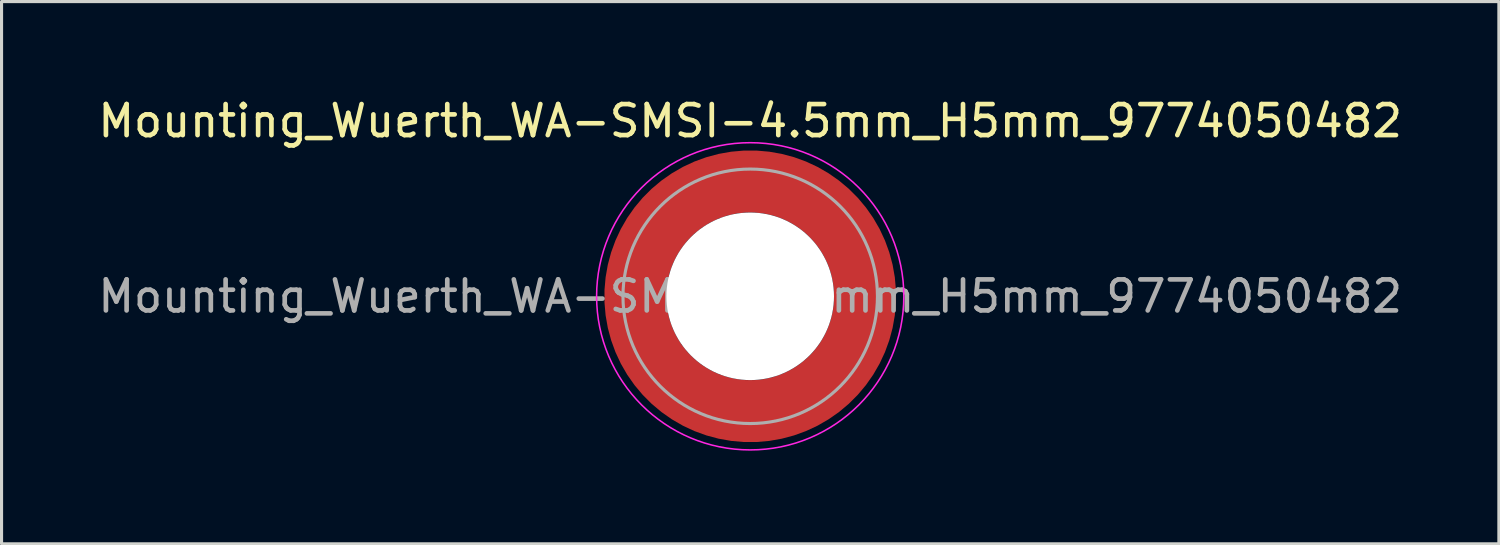
<source format=kicad_pcb>
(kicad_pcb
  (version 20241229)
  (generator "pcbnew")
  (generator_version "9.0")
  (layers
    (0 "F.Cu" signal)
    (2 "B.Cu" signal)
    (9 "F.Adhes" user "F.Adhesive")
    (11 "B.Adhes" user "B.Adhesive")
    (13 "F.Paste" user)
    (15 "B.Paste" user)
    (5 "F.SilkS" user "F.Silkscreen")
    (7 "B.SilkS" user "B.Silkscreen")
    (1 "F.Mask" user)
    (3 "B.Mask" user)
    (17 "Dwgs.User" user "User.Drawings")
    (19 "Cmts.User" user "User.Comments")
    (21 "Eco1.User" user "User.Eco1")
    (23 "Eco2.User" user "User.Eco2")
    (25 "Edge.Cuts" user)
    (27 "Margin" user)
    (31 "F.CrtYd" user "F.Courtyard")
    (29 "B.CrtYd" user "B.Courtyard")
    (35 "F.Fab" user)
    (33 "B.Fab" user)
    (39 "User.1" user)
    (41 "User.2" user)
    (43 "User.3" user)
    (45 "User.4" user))
  (footprint "Mounting_Wuerth_WA-SMSI-4.5mm_H5mm_9774050482"
    (layer "F.Cu")
    (at 21.125 6.498)
    (property "Reference" "Mounting_Wuerth_WA-SMSI-4.5mm_H5mm_9774050482" (at 0 -5.65 0) (layer "F.SilkS") (effects (font (size 1 1) (thickness 0.15))))
    (attr smd)
    (fp_circle (center 0 0) (end 4.95 0) (stroke (width 0.05) (type solid)) (fill no) (layer "F.CrtYd"))
    (fp_circle (center 0 0) (end 4.1 0) (stroke (width 0.1) (type solid)) (fill no) (layer "F.Fab"))
    (fp_text user "${REFERENCE}" (at 0 0 0) (layer "F.Fab") (effects (font (size 1 1) (thickness 0.15))))
    (pad "" smd custom (at -2.607 -2.607) (size 1.495 1.495) (layers "F.Paste") (options (anchor circle)) (primitives (gr_arc (start -0.188183 2.107456) (mid 0.599273 0.599273) (end 2.107456 -0.188183) (width 0.2)) (gr_arc (start -0.289416 2.107456) (mid 0.52877 0.52877) (end 2.107456 -0.289416) (width 0.2)) (gr_arc (start -0.390547 2.107456) (mid 0.458268 0.458268) (end 2.107456 -0.390547) (width 0.2)) (gr_arc (start -0.491585 2.107456) (mid 0.387765 0.387765) (end 2.107456 -0.491585) (width 0.2)) (gr_arc (start -0.59254 2.107456) (mid 0.317262 0.317262) (end 2.107456 -0.59254) (width 0.2)) (gr_arc (start -0.693419 2.107456) (mid 0.24676 0.24676) (end 2.107456 -0.693419) (width 0.2)) (gr_arc (start -0.794229 2.107456) (mid 0.176257 0.176257) (end 2.107456 -0.794229) (width 0.2)) (gr_arc (start -0.894975 2.107456) (mid 0.105754 0.105754) (end 2.107456 -0.894975) (width 0.2)) (gr_arc (start -0.995664 2.107456) (mid 0.035251 0.035251) (end 2.107456 -0.995664) (width 0.2)) (gr_arc (start -1.0963 2.107456) (mid -0.035252 -0.035252) (end 2.107456 -1.0963) (width 0.2)) (gr_arc (start -1.196886 2.107456) (mid -0.105754 -0.105754) (end 2.107456 -1.196886) (width 0.2)) (gr_arc (start -1.297427 2.107456) (mid -0.176257 -0.176257) (end 2.107456 -1.297427) (width 0.2)) (gr_arc (start -1.397927 2.107456) (mid -0.24676 -0.24676) (end 2.107456 -1.397927) (width 0.2)) (gr_arc (start -1.498388 2.107456) (mid -0.317262 -0.317262) (end 2.107456 -1.498388) (width 0.2)) (gr_arc (start -1.598813 2.107456) (mid -0.387765 -0.387765) (end 2.107456 -1.598813) (width 0.2)) (gr_arc (start -1.699204 2.107456) (mid -0.458267 -0.458267) (end 2.107456 -1.699204) (width 0.2)) (gr_arc (start -1.799565 2.107456) (mid -0.528771 -0.528771) (end 2.107456 -1.799565) (width 0.2)) (gr_arc (start -1.899896 2.107456) (mid -0.599273 -0.599273) (end 2.107456 -1.899896) (width 0.2)) (gr_arc (start -1.899896 2.107456) (mid -0.599273 -0.599273) (end 2.107456 -1.899896) (width 0.2)) (gr_line (start 2.107 -0.188) (end 2.107 -1.9) (width 0.2)) (gr_line (start -0.188 2.107) (end -1.9 2.107) (width 0.2))))
    (pad "" smd custom (at -2.607 2.607) (size 1.495 1.495) (layers "F.Paste") (options (anchor circle)) (primitives (gr_arc (start 2.107456 0.188183) (mid 0.599273 -0.599273) (end -0.188183 -2.107456) (width 0.2)) (gr_arc (start 2.107456 0.289416) (mid 0.52877 -0.52877) (end -0.289416 -2.107456) (width 0.2)) (gr_arc (start 2.107456 0.390547) (mid 0.458268 -0.458268) (end -0.390547 -2.107456) (width 0.2)) (gr_arc (start 2.107456 0.491585) (mid 0.387765 -0.387765) (end -0.491585 -2.107456) (width 0.2)) (gr_arc (start 2.107456 0.59254) (mid 0.317262 -0.317262) (end -0.59254 -2.107456) (width 0.2)) (gr_arc (start 2.107456 0.693419) (mid 0.24676 -0.24676) (end -0.693419 -2.107456) (width 0.2)) (gr_arc (start 2.107456 0.794229) (mid 0.176257 -0.176257) (end -0.794229 -2.107456) (width 0.2)) (gr_arc (start 2.107456 0.894975) (mid 0.105754 -0.105754) (end -0.894975 -2.107456) (width 0.2)) (gr_arc (start 2.107456 0.995664) (mid 0.035251 -0.035251) (end -0.995664 -2.107456) (width 0.2)) (gr_arc (start 2.107456 1.0963) (mid -0.035252 0.035252) (end -1.0963 -2.107456) (width 0.2)) (gr_arc (start 2.107456 1.196886) (mid -0.105754 0.105754) (end -1.196886 -2.107456) (width 0.2)) (gr_arc (start 2.107456 1.297427) (mid -0.176257 0.176257) (end -1.297427 -2.107456) (width 0.2)) (gr_arc (start 2.107456 1.397927) (mid -0.24676 0.24676) (end -1.397927 -2.107456) (width 0.2)) (gr_arc (start 2.107456 1.498388) (mid -0.317262 0.317262) (end -1.498388 -2.107456) (width 0.2)) (gr_arc (start 2.107456 1.598813) (mid -0.387765 0.387765) (end -1.598813 -2.107456) (width 0.2)) (gr_arc (start 2.107456 1.699204) (mid -0.458267 0.458267) (end -1.699204 -2.107456) (width 0.2)) (gr_arc (start 2.107456 1.799565) (mid -0.528771 0.528771) (end -1.799565 -2.107456) (width 0.2)) (gr_arc (start 2.107456 1.899896) (mid -0.599273 0.599273) (end -1.899896 -2.107456) (width 0.2)) (gr_arc (start 2.107456 1.899896) (mid -0.599273 0.599273) (end -1.899896 -2.107456) (width 0.2)) (gr_line (start -0.188 -2.107) (end -1.9 -2.107) (width 0.2)) (gr_line (start 2.107 0.188) (end 2.107 1.9) (width 0.2))))
    (pad "" np_thru_hole circle (at 0 0) (size 5.4 5.4) (drill 5.4) (layers "*.Cu" "*.Mask"))
    (pad "" smd custom (at 2.607 -2.607) (size 1.495 1.495) (layers "F.Paste") (options (anchor circle)) (primitives (gr_arc (start -2.107456 -0.188183) (mid -0.599273 0.599273) (end 0.188183 2.107456) (width 0.2)) (gr_arc (start -2.107456 -0.289416) (mid -0.52877 0.52877) (end 0.289416 2.107456) (width 0.2)) (gr_arc (start -2.107456 -0.390547) (mid -0.458268 0.458268) (end 0.390547 2.107456) (width 0.2)) (gr_arc (start -2.107456 -0.491585) (mid -0.387765 0.387765) (end 0.491585 2.107456) (width 0.2)) (gr_arc (start -2.107456 -0.59254) (mid -0.317262 0.317262) (end 0.59254 2.107456) (width 0.2)) (gr_arc (start -2.107456 -0.693419) (mid -0.24676 0.24676) (end 0.693419 2.107456) (width 0.2)) (gr_arc (start -2.107456 -0.794229) (mid -0.176257 0.176257) (end 0.794229 2.107456) (width 0.2)) (gr_arc (start -2.107456 -0.894975) (mid -0.105754 0.105754) (end 0.894975 2.107456) (width 0.2)) (gr_arc (start -2.107456 -0.995664) (mid -0.035251 0.035251) (end 0.995664 2.107456) (width 0.2)) (gr_arc (start -2.107456 -1.0963) (mid 0.035252 -0.035252) (end 1.0963 2.107456) (width 0.2)) (gr_arc (start -2.107456 -1.196886) (mid 0.105754 -0.105754) (end 1.196886 2.107456) (width 0.2)) (gr_arc (start -2.107456 -1.297427) (mid 0.176257 -0.176257) (end 1.297427 2.107456) (width 0.2)) (gr_arc (start -2.107456 -1.397927) (mid 0.24676 -0.24676) (end 1.397927 2.107456) (width 0.2)) (gr_arc (start -2.107456 -1.498388) (mid 0.317262 -0.317262) (end 1.498388 2.107456) (width 0.2)) (gr_arc (start -2.107456 -1.598813) (mid 0.387765 -0.387765) (end 1.598813 2.107456) (width 0.2)) (gr_arc (start -2.107456 -1.699204) (mid 0.458267 -0.458267) (end 1.699204 2.107456) (width 0.2)) (gr_arc (start -2.107456 -1.799565) (mid 0.528771 -0.528771) (end 1.799565 2.107456) (width 0.2)) (gr_arc (start -2.107456 -1.899896) (mid 0.599273 -0.599273) (end 1.899896 2.107456) (width 0.2)) (gr_arc (start -2.107456 -1.899896) (mid 0.599273 -0.599273) (end 1.899896 2.107456) (width 0.2)) (gr_line (start 0.188 2.107) (end 1.9 2.107) (width 0.2)) (gr_line (start -2.107 -0.188) (end -2.107 -1.9) (width 0.2))))
    (pad "" smd custom (at 2.607 2.607) (size 1.495 1.495) (layers "F.Paste") (options (anchor circle)) (primitives (gr_arc (start 0.188183 -2.107456) (mid -0.599273 -0.599273) (end -2.107456 0.188183) (width 0.2)) (gr_arc (start 0.289416 -2.107456) (mid -0.52877 -0.52877) (end -2.107456 0.289416) (width 0.2)) (gr_arc (start 0.390547 -2.107456) (mid -0.458268 -0.458268) (end -2.107456 0.390547) (width 0.2)) (gr_arc (start 0.491585 -2.107456) (mid -0.387765 -0.387765) (end -2.107456 0.491585) (width 0.2)) (gr_arc (start 0.59254 -2.107456) (mid -0.317262 -0.317262) (end -2.107456 0.59254) (width 0.2)) (gr_arc (start 0.693419 -2.107456) (mid -0.24676 -0.24676) (end -2.107456 0.693419) (width 0.2)) (gr_arc (start 0.794229 -2.107456) (mid -0.176257 -0.176257) (end -2.107456 0.794229) (width 0.2)) (gr_arc (start 0.894975 -2.107456) (mid -0.105754 -0.105754) (end -2.107456 0.894975) (width 0.2)) (gr_arc (start 0.995664 -2.107456) (mid -0.035251 -0.035251) (end -2.107456 0.995664) (width 0.2)) (gr_arc (start 1.0963 -2.107456) (mid 0.035252 0.035252) (end -2.107456 1.0963) (width 0.2)) (gr_arc (start 1.196886 -2.107456) (mid 0.105754 0.105754) (end -2.107456 1.196886) (width 0.2)) (gr_arc (start 1.297427 -2.107456) (mid 0.176257 0.176257) (end -2.107456 1.297427) (width 0.2)) (gr_arc (start 1.397927 -2.107456) (mid 0.24676 0.24676) (end -2.107456 1.397927) (width 0.2)) (gr_arc (start 1.498388 -2.107456) (mid 0.317262 0.317262) (end -2.107456 1.498388) (width 0.2)) (gr_arc (start 1.598813 -2.107456) (mid 0.387765 0.387765) (end -2.107456 1.598813) (width 0.2)) (gr_arc (start 1.699204 -2.107456) (mid 0.458267 0.458267) (end -2.107456 1.699204) (width 0.2)) (gr_arc (start 1.799565 -2.107456) (mid 0.528771 0.528771) (end -2.107456 1.799565) (width 0.2)) (gr_arc (start 1.899896 -2.107456) (mid 0.599273 0.599273) (end -2.107456 1.899896) (width 0.2)) (gr_arc (start 1.899896 -2.107456) (mid 0.599273 0.599273) (end -2.107456 1.899896) (width 0.2)) (gr_line (start -2.107 0.188) (end -2.107 1.9) (width 0.2)) (gr_line (start 0.188 -2.107) (end 1.9 -2.107) (width 0.2))))
    (pad "1" smd circle (at -3.7 0) (size 1.6 1.6) (layers "F.Cu"))
    (pad "1" smd circle (at 0 -3.7) (size 1.6 1.6) (layers "F.Cu"))
    (pad "1" smd circle (at 0 3.7) (size 1.6 1.6) (layers "F.Cu"))
    (pad "1" smd custom (at 3.7 0) (size 1.6 1.6) (layers "F.Cu" "F.Mask") (options (anchor circle)) (primitives (gr_circle (center -3.7 0) (end 0 0) (width 2) (fill no)))))
  (gr_rect
    (start -3 -3)
    (end 45.25 14.473)
    (stroke (width 0.1) (type default))
    (fill no)
    (layer "Edge.Cuts")))
</source>
